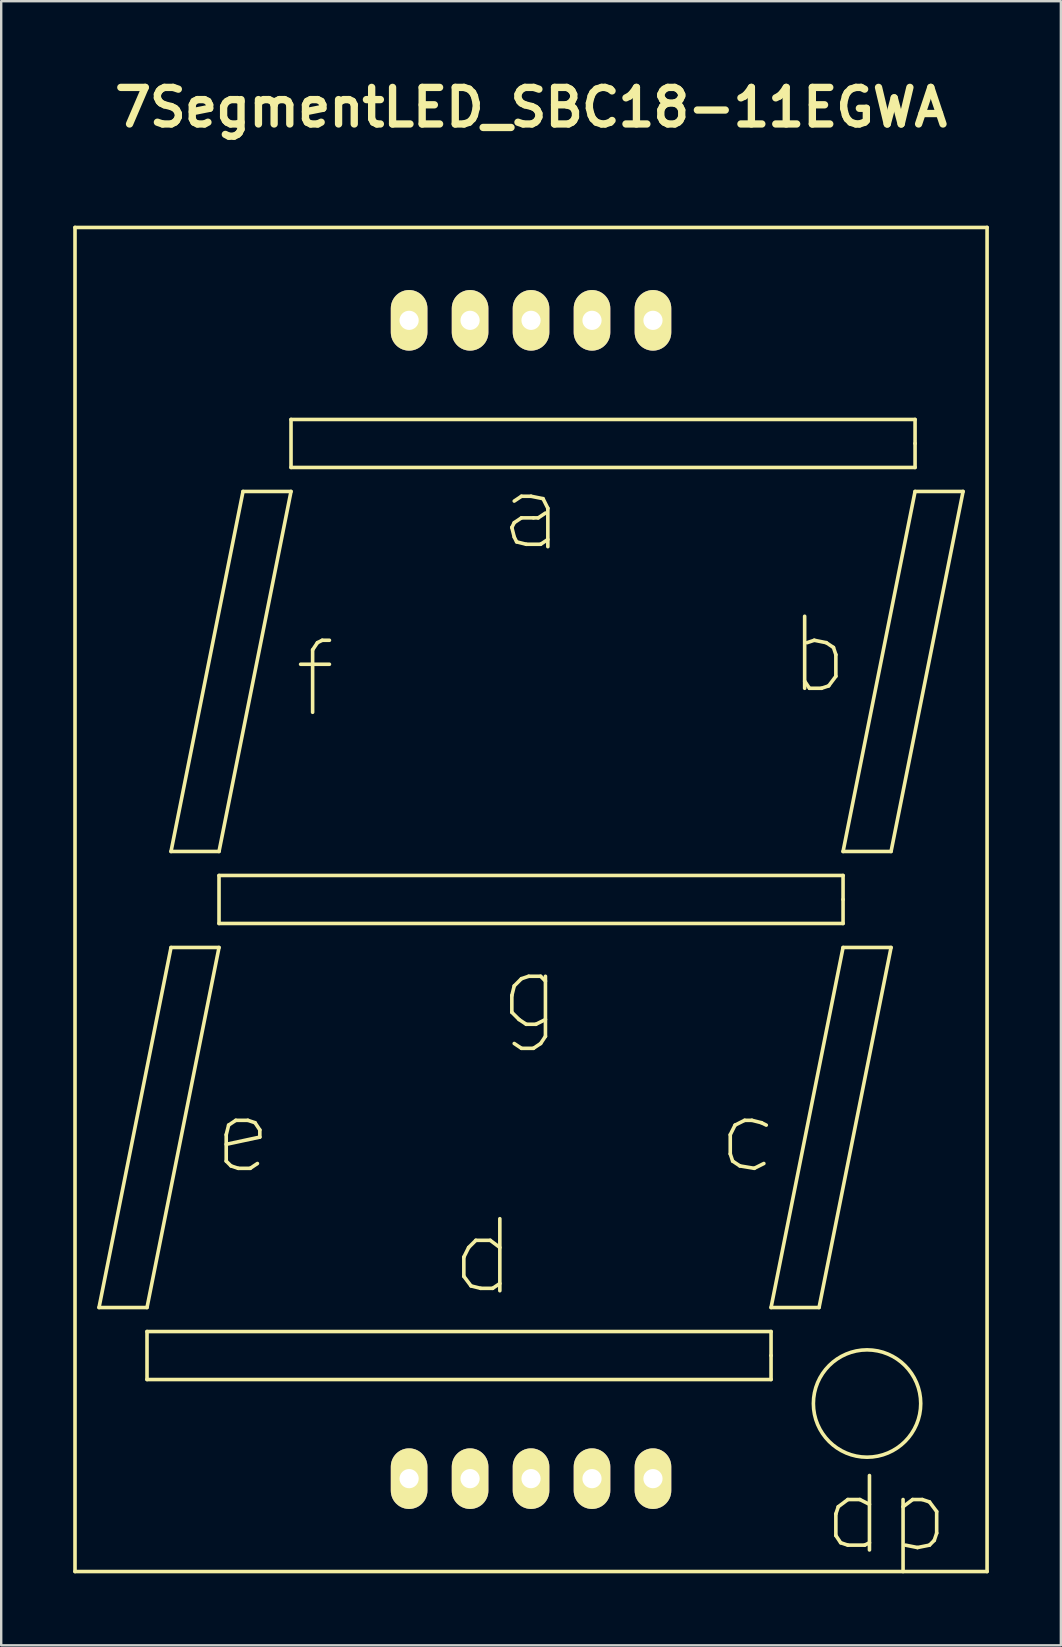
<source format=kicad_pcb>
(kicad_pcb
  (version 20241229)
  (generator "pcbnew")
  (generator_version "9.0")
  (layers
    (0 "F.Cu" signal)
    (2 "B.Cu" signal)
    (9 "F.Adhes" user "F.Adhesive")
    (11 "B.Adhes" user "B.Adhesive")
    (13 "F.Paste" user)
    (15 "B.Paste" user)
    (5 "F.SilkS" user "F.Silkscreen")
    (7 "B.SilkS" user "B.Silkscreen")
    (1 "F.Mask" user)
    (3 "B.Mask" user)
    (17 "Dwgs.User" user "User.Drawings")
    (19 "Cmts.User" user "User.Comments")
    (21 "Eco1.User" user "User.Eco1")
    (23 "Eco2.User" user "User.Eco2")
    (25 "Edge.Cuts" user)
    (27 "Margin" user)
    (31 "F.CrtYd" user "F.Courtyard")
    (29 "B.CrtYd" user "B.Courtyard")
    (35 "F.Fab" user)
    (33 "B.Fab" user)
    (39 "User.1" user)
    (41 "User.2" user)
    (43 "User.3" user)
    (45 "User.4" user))
  (footprint "7SegmentLED_SBC18-11EGWA"
    (layer "F.Cu")
    (at 19.075 34.426)
    (property "Reference" "7SegmentLED_SBC18-11EGWA" (at 0 -33 0) (layer "F.SilkS") (effects (font (size 1.524 1.524) (thickness 0.305))))
    (attr through_hole)
    (fp_line (start -19 -28) (end 19 -28) (stroke (width 0.15) (type solid)) (layer "F.SilkS"))
    (fp_line (start -19 28) (end -19 -28) (stroke (width 0.15) (type solid)) (layer "F.SilkS"))
    (fp_line (start -18 17) (end -16 17) (stroke (width 0.15) (type solid)) (layer "F.SilkS"))
    (fp_line (start -16 17) (end -13 2) (stroke (width 0.15) (type solid)) (layer "F.SilkS"))
    (fp_line (start -16 18) (end -16 20) (stroke (width 0.15) (type solid)) (layer "F.SilkS"))
    (fp_line (start -16 20) (end 10 20) (stroke (width 0.15) (type solid)) (layer "F.SilkS"))
    (fp_line (start -15 -2) (end -13 -2) (stroke (width 0.15) (type solid)) (layer "F.SilkS"))
    (fp_line (start -15 2) (end -18 17) (stroke (width 0.15) (type solid)) (layer "F.SilkS"))
    (fp_line (start -13 -2) (end -10 -17) (stroke (width 0.15) (type solid)) (layer "F.SilkS"))
    (fp_line (start -13 -1) (end -13 1) (stroke (width 0.15) (type solid)) (layer "F.SilkS"))
    (fp_line (start -13 1) (end 13 1) (stroke (width 0.15) (type solid)) (layer "F.SilkS"))
    (fp_line (start -13 2) (end -15 2) (stroke (width 0.15) (type solid)) (layer "F.SilkS"))
    (fp_line (start -12.7 9.8) (end -12.6 9.4) (stroke (width 0.15) (type solid)) (layer "F.SilkS"))
    (fp_line (start -12.7 10.9) (end -12.7 9.8) (stroke (width 0.15) (type solid)) (layer "F.SilkS"))
    (fp_line (start -12.6 9.4) (end -12.3 9.2) (stroke (width 0.15) (type solid)) (layer "F.SilkS"))
    (fp_line (start -12.5 11.1) (end -12.7 10.9) (stroke (width 0.15) (type solid)) (layer "F.SilkS"))
    (fp_line (start -12.3 9.2) (end -11.8 9.2) (stroke (width 0.15) (type solid)) (layer "F.SilkS"))
    (fp_line (start -12.2 11.2) (end -12.5 11.1) (stroke (width 0.15) (type solid)) (layer "F.SilkS"))
    (fp_line (start -12 -17) (end -15 -2) (stroke (width 0.15) (type solid)) (layer "F.SilkS"))
    (fp_line (start -11.8 9.2) (end -11.5 9.3) (stroke (width 0.15) (type solid)) (layer "F.SilkS"))
    (fp_line (start -11.7 11.2) (end -12.2 11.2) (stroke (width 0.15) (type solid)) (layer "F.SilkS"))
    (fp_line (start -11.5 9.3) (end -11.3 9.6) (stroke (width 0.15) (type solid)) (layer "F.SilkS"))
    (fp_line (start -11.4 11) (end -11.7 11.2) (stroke (width 0.15) (type solid)) (layer "F.SilkS"))
    (fp_line (start -11.3 9.6) (end -11.3 9.9) (stroke (width 0.15) (type solid)) (layer "F.SilkS"))
    (fp_line (start -11.3 9.9) (end -12.7 10.2) (stroke (width 0.15) (type solid)) (layer "F.SilkS"))
    (fp_line (start -10 -20) (end -10 -18) (stroke (width 0.15) (type solid)) (layer "F.SilkS"))
    (fp_line (start -10 -18) (end 16 -18) (stroke (width 0.15) (type solid)) (layer "F.SilkS"))
    (fp_line (start -10 -17) (end -12 -17) (stroke (width 0.15) (type solid)) (layer "F.SilkS"))
    (fp_line (start -9.6 -9.8) (end -8.4 -9.8) (stroke (width 0.15) (type solid)) (layer "F.SilkS"))
    (fp_line (start -9.1 -10.4) (end -9.1 -7.8) (stroke (width 0.15) (type solid)) (layer "F.SilkS"))
    (fp_line (start -8.9 -10.7) (end -9.1 -10.4) (stroke (width 0.15) (type solid)) (layer "F.SilkS"))
    (fp_line (start -8.7 -10.8) (end -8.9 -10.7) (stroke (width 0.15) (type solid)) (layer "F.SilkS"))
    (fp_line (start -8.4 -10.8) (end -8.7 -10.8) (stroke (width 0.15) (type solid)) (layer "F.SilkS"))
    (fp_line (start -2.8 14.9) (end -2.6 14.5) (stroke (width 0.15) (type solid)) (layer "F.SilkS"))
    (fp_line (start -2.8 15.7) (end -2.8 14.9) (stroke (width 0.15) (type solid)) (layer "F.SilkS"))
    (fp_line (start -2.6 14.5) (end -2.3 14.2) (stroke (width 0.15) (type solid)) (layer "F.SilkS"))
    (fp_line (start -2.5 16.1) (end -2.8 15.7) (stroke (width 0.15) (type solid)) (layer "F.SilkS"))
    (fp_line (start -2.3 14.2) (end -1.7 14.2) (stroke (width 0.15) (type solid)) (layer "F.SilkS"))
    (fp_line (start -2.1 16.2) (end -2.5 16.1) (stroke (width 0.15) (type solid)) (layer "F.SilkS"))
    (fp_line (start -1.7 14.2) (end -1.3 14.5) (stroke (width 0.15) (type solid)) (layer "F.SilkS"))
    (fp_line (start -1.6 16.2) (end -2.1 16.2) (stroke (width 0.15) (type solid)) (layer "F.SilkS"))
    (fp_line (start -1.3 13.3) (end -1.3 16.3) (stroke (width 0.15) (type solid)) (layer "F.SilkS"))
    (fp_line (start -1.3 16) (end -1.6 16.2) (stroke (width 0.15) (type solid)) (layer "F.SilkS"))
    (fp_line (start -0.8 -15.5) (end -0.7 -15.7) (stroke (width 0.15) (type solid)) (layer "F.SilkS"))
    (fp_line (start -0.8 4) (end -0.8 4.7) (stroke (width 0.15) (type solid)) (layer "F.SilkS"))
    (fp_line (start -0.8 4.7) (end -0.5 5) (stroke (width 0.15) (type solid)) (layer "F.SilkS"))
    (fp_line (start -0.7 -16.6) (end -0.4 -16.8) (stroke (width 0.15) (type solid)) (layer "F.SilkS"))
    (fp_line (start -0.7 -15.7) (end -0.4 -15.9) (stroke (width 0.15) (type solid)) (layer "F.SilkS"))
    (fp_line (start -0.7 -15.1) (end -0.8 -15.5) (stroke (width 0.15) (type solid)) (layer "F.SilkS"))
    (fp_line (start -0.7 3.6) (end -0.8 4) (stroke (width 0.15) (type solid)) (layer "F.SilkS"))
    (fp_line (start -0.7 6) (end -0.4 6.2) (stroke (width 0.15) (type solid)) (layer "F.SilkS"))
    (fp_line (start -0.6 -14.9) (end -0.7 -15.1) (stroke (width 0.15) (type solid)) (layer "F.SilkS"))
    (fp_line (start -0.5 5) (end -0.2 5.2) (stroke (width 0.15) (type solid)) (layer "F.SilkS"))
    (fp_line (start -0.4 -16.8) (end 0 -16.8) (stroke (width 0.15) (type solid)) (layer "F.SilkS"))
    (fp_line (start -0.4 -15.9) (end 0.1 -15.9) (stroke (width 0.15) (type solid)) (layer "F.SilkS"))
    (fp_line (start -0.4 3.3) (end -0.7 3.6) (stroke (width 0.15) (type solid)) (layer "F.SilkS"))
    (fp_line (start -0.4 6.2) (end 0.1 6.2) (stroke (width 0.15) (type solid)) (layer "F.SilkS"))
    (fp_line (start -0.2 -14.8) (end -0.6 -14.9) (stroke (width 0.15) (type solid)) (layer "F.SilkS"))
    (fp_line (start -0.2 5.2) (end 0.2 5.2) (stroke (width 0.15) (type solid)) (layer "F.SilkS"))
    (fp_line (start -0.1 3.2) (end -0.4 3.3) (stroke (width 0.15) (type solid)) (layer "F.SilkS"))
    (fp_line (start 0 -16.8) (end 0.5 -16.7) (stroke (width 0.15) (type solid)) (layer "F.SilkS"))
    (fp_line (start 0.1 -15.9) (end 0.3 -15.9) (stroke (width 0.15) (type solid)) (layer "F.SilkS"))
    (fp_line (start 0.1 6.2) (end 0.4 6) (stroke (width 0.15) (type solid)) (layer "F.SilkS"))
    (fp_line (start 0.2 5.2) (end 0.6 5) (stroke (width 0.15) (type solid)) (layer "F.SilkS"))
    (fp_line (start 0.3 -15.9) (end 0.6 -16.1) (stroke (width 0.15) (type solid)) (layer "F.SilkS"))
    (fp_line (start 0.4 -14.8) (end -0.2 -14.8) (stroke (width 0.15) (type solid)) (layer "F.SilkS"))
    (fp_line (start 0.4 3.2) (end -0.1 3.2) (stroke (width 0.15) (type solid)) (layer "F.SilkS"))
    (fp_line (start 0.4 6) (end 0.6 5.7) (stroke (width 0.15) (type solid)) (layer "F.SilkS"))
    (fp_line (start 0.5 -16.7) (end 0.7 -16.3) (stroke (width 0.15) (type solid)) (layer "F.SilkS"))
    (fp_line (start 0.6 3.4) (end 0.4 3.2) (stroke (width 0.15) (type solid)) (layer "F.SilkS"))
    (fp_line (start 0.6 5.7) (end 0.6 3.2) (stroke (width 0.15) (type solid)) (layer "F.SilkS"))
    (fp_line (start 0.7 -16.3) (end 0.7 -14.7) (stroke (width 0.15) (type solid)) (layer "F.SilkS"))
    (fp_line (start 0.7 -15) (end 0.4 -14.8) (stroke (width 0.15) (type solid)) (layer "F.SilkS"))
    (fp_line (start 8.3 9.8) (end 8.3 10.6) (stroke (width 0.15) (type solid)) (layer "F.SilkS"))
    (fp_line (start 8.3 10.6) (end 8.4 10.9) (stroke (width 0.15) (type solid)) (layer "F.SilkS"))
    (fp_line (start 8.4 10.9) (end 8.7 11.1) (stroke (width 0.15) (type solid)) (layer "F.SilkS"))
    (fp_line (start 8.5 9.4) (end 8.3 9.8) (stroke (width 0.15) (type solid)) (layer "F.SilkS"))
    (fp_line (start 8.7 11.1) (end 9.3 11.2) (stroke (width 0.15) (type solid)) (layer "F.SilkS"))
    (fp_line (start 8.9 9.2) (end 8.5 9.4) (stroke (width 0.15) (type solid)) (layer "F.SilkS"))
    (fp_line (start 9.2 9.2) (end 8.9 9.2) (stroke (width 0.15) (type solid)) (layer "F.SilkS"))
    (fp_line (start 9.3 11.2) (end 9.7 11) (stroke (width 0.15) (type solid)) (layer "F.SilkS"))
    (fp_line (start 9.6 9.3) (end 9.2 9.2) (stroke (width 0.15) (type solid)) (layer "F.SilkS"))
    (fp_line (start 9.8 9.4) (end 9.6 9.3) (stroke (width 0.15) (type solid)) (layer "F.SilkS"))
    (fp_line (start 10 17) (end 12 17) (stroke (width 0.15) (type solid)) (layer "F.SilkS"))
    (fp_line (start 10 18) (end -16 18) (stroke (width 0.15) (type solid)) (layer "F.SilkS"))
    (fp_line (start 10 19) (end 10 18) (stroke (width 0.15) (type solid)) (layer "F.SilkS"))
    (fp_line (start 10 20) (end 10 19) (stroke (width 0.15) (type solid)) (layer "F.SilkS"))
    (fp_line (start 11.4 -11.8) (end 11.4 -8.8) (stroke (width 0.15) (type solid)) (layer "F.SilkS"))
    (fp_line (start 11.4 -9.1) (end 11.6 -8.8) (stroke (width 0.15) (type solid)) (layer "F.SilkS"))
    (fp_line (start 11.6 -8.8) (end 12.1 -8.8) (stroke (width 0.15) (type solid)) (layer "F.SilkS"))
    (fp_line (start 11.8 -10.8) (end 11.5 -10.7) (stroke (width 0.15) (type solid)) (layer "F.SilkS"))
    (fp_line (start 12 17) (end 15 2) (stroke (width 0.15) (type solid)) (layer "F.SilkS"))
    (fp_line (start 12.1 -8.8) (end 12.4 -8.9) (stroke (width 0.15) (type solid)) (layer "F.SilkS"))
    (fp_line (start 12.3 -10.7) (end 11.8 -10.8) (stroke (width 0.15) (type solid)) (layer "F.SilkS"))
    (fp_line (start 12.4 -8.9) (end 12.7 -9.3) (stroke (width 0.15) (type solid)) (layer "F.SilkS"))
    (fp_line (start 12.6 -10.5) (end 12.3 -10.7) (stroke (width 0.15) (type solid)) (layer "F.SilkS"))
    (fp_line (start 12.7 -10.2) (end 12.6 -10.5) (stroke (width 0.15) (type solid)) (layer "F.SilkS"))
    (fp_line (start 12.7 -9.3) (end 12.7 -10.2) (stroke (width 0.15) (type solid)) (layer "F.SilkS"))
    (fp_line (start 12.7 25.6) (end 12.8 25.3) (stroke (width 0.15) (type solid)) (layer "F.SilkS"))
    (fp_line (start 12.7 26.5) (end 12.7 25.6) (stroke (width 0.15) (type solid)) (layer "F.SilkS"))
    (fp_line (start 12.8 25.3) (end 13.2 25) (stroke (width 0.15) (type solid)) (layer "F.SilkS"))
    (fp_line (start 12.9 26.8) (end 12.7 26.5) (stroke (width 0.15) (type solid)) (layer "F.SilkS"))
    (fp_line (start 13 -2) (end 15 -2) (stroke (width 0.15) (type solid)) (layer "F.SilkS"))
    (fp_line (start 13 -1) (end -13 -1) (stroke (width 0.15) (type solid)) (layer "F.SilkS"))
    (fp_line (start 13 0) (end 13 -1) (stroke (width 0.15) (type solid)) (layer "F.SilkS"))
    (fp_line (start 13 1) (end 13 0) (stroke (width 0.15) (type solid)) (layer "F.SilkS"))
    (fp_line (start 13 2) (end 10 17) (stroke (width 0.15) (type solid)) (layer "F.SilkS"))
    (fp_line (start 13.2 25) (end 13.7 25) (stroke (width 0.15) (type solid)) (layer "F.SilkS"))
    (fp_line (start 13.2 26.9) (end 12.9 26.8) (stroke (width 0.15) (type solid)) (layer "F.SilkS"))
    (fp_line (start 13.7 25) (end 14.1 25.2) (stroke (width 0.15) (type solid)) (layer "F.SilkS"))
    (fp_line (start 13.9 26.9) (end 13.2 26.9) (stroke (width 0.15) (type solid)) (layer "F.SilkS"))
    (fp_line (start 14.1 24) (end 14.1 27.1) (stroke (width 0.15) (type solid)) (layer "F.SilkS"))
    (fp_line (start 14.1 26.8) (end 13.9 26.9) (stroke (width 0.15) (type solid)) (layer "F.SilkS"))
    (fp_line (start 15 -2) (end 18 -17) (stroke (width 0.15) (type solid)) (layer "F.SilkS"))
    (fp_line (start 15 2) (end 13 2) (stroke (width 0.15) (type solid)) (layer "F.SilkS"))
    (fp_line (start 15.5 25) (end 15.5 28) (stroke (width 0.15) (type solid)) (layer "F.SilkS"))
    (fp_line (start 15.5 25.3) (end 15.9 25) (stroke (width 0.15) (type solid)) (layer "F.SilkS"))
    (fp_line (start 15.9 25) (end 16.3 25) (stroke (width 0.15) (type solid)) (layer "F.SilkS"))
    (fp_line (start 16 -20) (end -10 -20) (stroke (width 0.15) (type solid)) (layer "F.SilkS"))
    (fp_line (start 16 -19) (end 16 -20) (stroke (width 0.15) (type solid)) (layer "F.SilkS"))
    (fp_line (start 16 -18) (end 16 -19) (stroke (width 0.15) (type solid)) (layer "F.SilkS"))
    (fp_line (start 16 -17) (end 13 -2) (stroke (width 0.15) (type solid)) (layer "F.SilkS"))
    (fp_line (start 16.1 27) (end 15.6 26.9) (stroke (width 0.15) (type solid)) (layer "F.SilkS"))
    (fp_line (start 16.3 25) (end 16.6 25.1) (stroke (width 0.15) (type solid)) (layer "F.SilkS"))
    (fp_line (start 16.6 25.1) (end 16.9 25.5) (stroke (width 0.15) (type solid)) (layer "F.SilkS"))
    (fp_line (start 16.6 26.9) (end 16.1 27) (stroke (width 0.15) (type solid)) (layer "F.SilkS"))
    (fp_line (start 16.8 26.7) (end 16.6 26.9) (stroke (width 0.15) (type solid)) (layer "F.SilkS"))
    (fp_line (start 16.9 25.5) (end 16.9 26.4) (stroke (width 0.15) (type solid)) (layer "F.SilkS"))
    (fp_line (start 16.9 26.4) (end 16.8 26.7) (stroke (width 0.15) (type solid)) (layer "F.SilkS"))
    (fp_line (start 18 -17) (end 16 -17) (stroke (width 0.15) (type solid)) (layer "F.SilkS"))
    (fp_line (start 19 -28) (end 19 28) (stroke (width 0.15) (type solid)) (layer "F.SilkS"))
    (fp_line (start 19 28) (end -19 28) (stroke (width 0.15) (type solid)) (layer "F.SilkS"))
    (fp_circle (center 14 21) (end 16 22) (stroke (width 0.15) (type solid)) (fill no) (layer "F.SilkS"))
    (pad "1" thru_hole oval (at -5.08 24.13) (size 1.524 2.524) (drill 0.8) (layers "*.Cu" "*.Mask" "F.SilkS"))
    (pad "2" thru_hole oval (at -2.54 24.13) (size 1.524 2.524) (drill 0.8) (layers "*.Cu" "*.Mask" "F.SilkS"))
    (pad "3" thru_hole oval (at 0 24.13) (size 1.524 2.524) (drill 0.8) (layers "*.Cu" "*.Mask" "F.SilkS"))
    (pad "4" thru_hole oval (at 2.54 24.13) (size 1.524 2.524) (drill 0.8) (layers "*.Cu" "*.Mask" "F.SilkS"))
    (pad "5" thru_hole oval (at 5.08 24.13) (size 1.524 2.524) (drill 0.8) (layers "*.Cu" "*.Mask" "F.SilkS"))
    (pad "6" thru_hole oval (at 5.08 -24.13) (size 1.524 2.524) (drill 0.8) (layers "*.Cu" "*.Mask" "F.SilkS"))
    (pad "7" thru_hole oval (at 2.54 -24.13) (size 1.524 2.524) (drill 0.8) (layers "*.Cu" "*.Mask" "F.SilkS"))
    (pad "8" thru_hole oval (at 0 -24.13) (size 1.524 2.524) (drill 0.8) (layers "*.Cu" "*.Mask" "F.SilkS"))
    (pad "9" thru_hole oval (at -2.54 -24.13) (size 1.524 2.524) (drill 0.8) (layers "*.Cu" "*.Mask" "F.SilkS"))
    (pad "10" thru_hole oval (at -5.08 -24.13) (size 1.524 2.524) (drill 0.8) (layers "*.Cu" "*.Mask" "F.SilkS")))
  (gr_rect
    (start -3 -3)
    (end 41.15 65.501)
    (stroke (width 0.1) (type default))
    (fill no)
    (layer "Edge.Cuts")))
</source>
